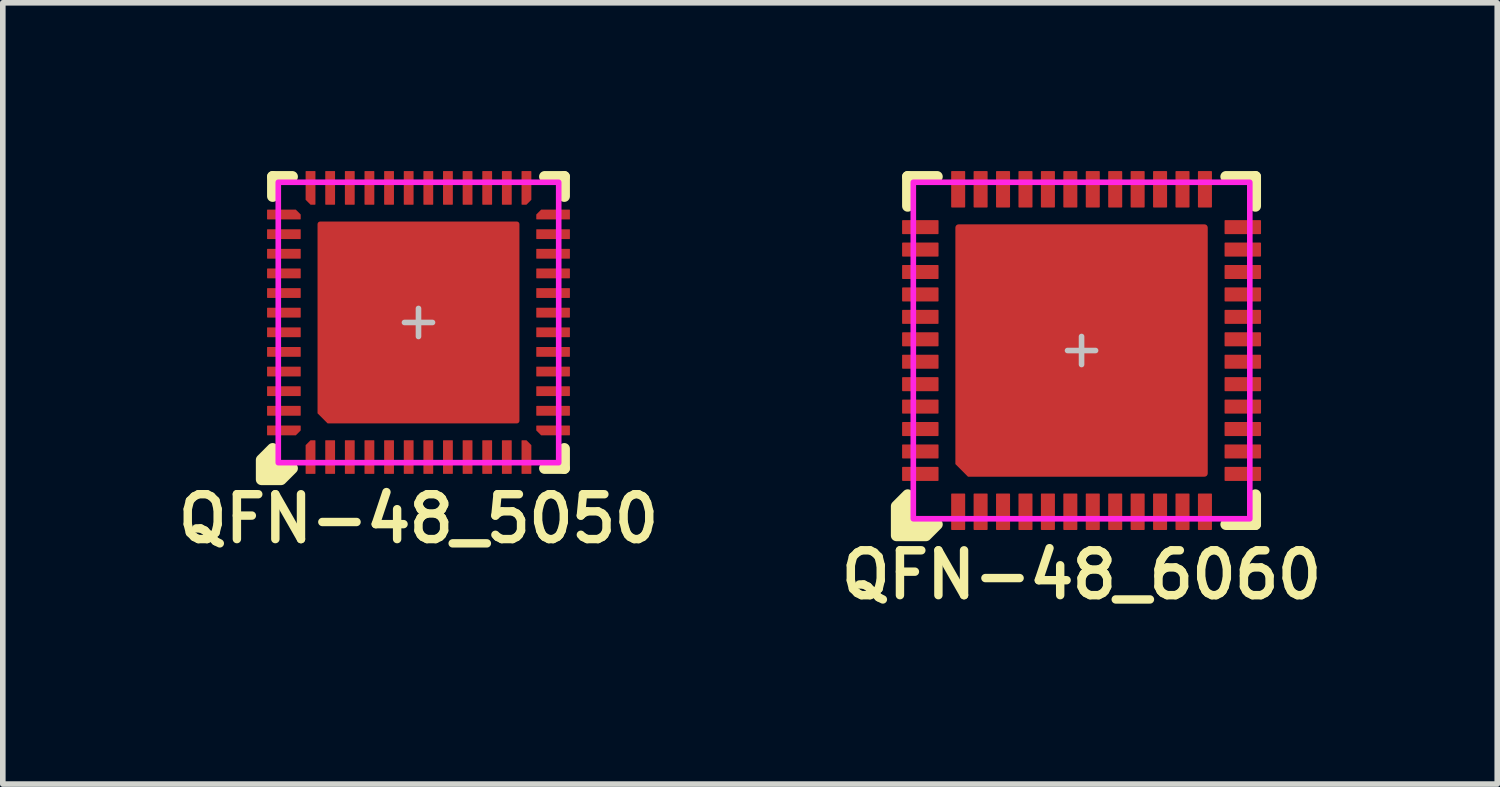
<source format=kicad_pcb>
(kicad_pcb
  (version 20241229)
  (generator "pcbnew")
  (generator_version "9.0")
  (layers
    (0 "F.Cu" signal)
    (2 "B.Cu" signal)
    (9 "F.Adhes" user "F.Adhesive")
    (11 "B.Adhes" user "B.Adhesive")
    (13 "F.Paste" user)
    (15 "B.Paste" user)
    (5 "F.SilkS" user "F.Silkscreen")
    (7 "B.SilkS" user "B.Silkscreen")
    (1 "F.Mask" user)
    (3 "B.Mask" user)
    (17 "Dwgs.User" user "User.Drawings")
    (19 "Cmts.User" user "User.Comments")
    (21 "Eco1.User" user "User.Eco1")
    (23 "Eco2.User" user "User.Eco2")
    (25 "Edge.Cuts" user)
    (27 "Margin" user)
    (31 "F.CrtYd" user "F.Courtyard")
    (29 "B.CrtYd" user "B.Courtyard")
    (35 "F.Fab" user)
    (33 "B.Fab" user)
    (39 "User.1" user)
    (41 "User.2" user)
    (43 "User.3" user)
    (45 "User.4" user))
  (footprint "QFN-48_5050"
    (layer "F.Cu")
    (at 4.412 2.7)
    (property "Reference" "QFN-48_5050" (at 0 3.5 0) (unlocked yes) (layer "F.SilkS") (effects (font (size 0.8 0.8) (thickness 0.15))))
    (attr smd)
    (fp_line (start -2.6 -2.6) (end -2.6 -2.25) (stroke (width 0.2) (type solid)) (layer "F.SilkS"))
    (fp_line (start -2.25 -2.6) (end -2.6 -2.6) (stroke (width 0.2) (type solid)) (layer "F.SilkS"))
    (fp_line (start 2.25 2.6) (end 2.6 2.6) (stroke (width 0.2) (type solid)) (layer "F.SilkS"))
    (fp_line (start 2.6 -2.6) (end 2.25 -2.6) (stroke (width 0.2) (type solid)) (layer "F.SilkS"))
    (fp_line (start 2.6 -2.25) (end 2.6 -2.6) (stroke (width 0.2) (type solid)) (layer "F.SilkS"))
    (fp_line (start 2.6 2.6) (end 2.6 2.25) (stroke (width 0.2) (type solid)) (layer "F.SilkS"))
    (fp_poly (pts (xy -2.6 2.6) (xy -2.25 2.6) (xy -2.45 2.8) (xy -2.8 2.8) (xy -2.8 2.45) (xy -2.6 2.25)) (stroke (width 0.2) (type solid)) (fill yes) (layer "F.SilkS"))
    (fp_rect (start -1.65 -1.65) (end -0.75 -0.75) (stroke (width 0) (type solid)) (fill yes) (layer "F.Paste"))
    (fp_rect (start -1.65 -0.45) (end -0.75 0.45) (stroke (width 0) (type solid)) (fill yes) (layer "F.Paste"))
    (fp_rect (start -0.45 -1.65) (end 0.45 -0.75) (stroke (width 0) (type solid)) (fill yes) (layer "F.Paste"))
    (fp_rect (start -0.45 -0.45) (end 0.45 0.45) (stroke (width 0) (type solid)) (fill yes) (layer "F.Paste"))
    (fp_rect (start -0.45 0.75) (end 0.45 1.65) (stroke (width 0) (type solid)) (fill yes) (layer "F.Paste"))
    (fp_rect (start 0.75 -1.65) (end 1.65 -0.75) (stroke (width 0) (type solid)) (fill yes) (layer "F.Paste"))
    (fp_rect (start 0.75 -0.45) (end 1.65 0.45) (stroke (width 0) (type solid)) (fill yes) (layer "F.Paste"))
    (fp_rect (start 0.75 0.75) (end 1.65 1.65) (stroke (width 0) (type solid)) (fill yes) (layer "F.Paste"))
    (fp_poly (pts (xy -0.75 1.65) (xy -1.55 1.65) (xy -1.65 1.55) (xy -1.65 0.75) (xy -0.75 0.75)) (stroke (width 0) (type solid)) (fill yes) (layer "F.Paste"))
    (fp_line (start -0.25 0) (end 0.25 0) (stroke (width 0.1) (type solid)) (layer "Dwgs.User"))
    (fp_line (start 0 -0.25) (end 0 0.25) (stroke (width 0.1) (type solid)) (layer "Dwgs.User"))
    (fp_rect (start -2.5 -2.5) (end 2.5 2.5) (stroke (width 0.1) (type solid)) (fill no) (layer "F.CrtYd"))
    (pad "1" smd roundrect (at -1.925 2.4 90) (size 0.6 0.175) (layers "F.Cu" "F.Mask" "F.Paste") (roundrect_rratio 0.05) (chamfer_ratio 0.5) (chamfer top_right))
    (pad "2" smd roundrect (at -1.575 2.4 90) (size 0.6 0.175) (layers "F.Cu" "F.Mask" "F.Paste") (roundrect_rratio 0.05))
    (pad "3" smd roundrect (at -1.225 2.4 90) (size 0.6 0.175) (layers "F.Cu" "F.Mask" "F.Paste") (roundrect_rratio 0.05))
    (pad "4" smd roundrect (at -0.875 2.4 90) (size 0.6 0.175) (layers "F.Cu" "F.Mask" "F.Paste") (roundrect_rratio 0.05))
    (pad "5" smd roundrect (at -0.525 2.4 90) (size 0.6 0.175) (layers "F.Cu" "F.Mask" "F.Paste") (roundrect_rratio 0.05))
    (pad "6" smd roundrect (at -0.175 2.4 90) (size 0.6 0.175) (layers "F.Cu" "F.Mask" "F.Paste") (roundrect_rratio 0.05))
    (pad "7" smd roundrect (at 0.175 2.4 90) (size 0.6 0.175) (layers "F.Cu" "F.Mask" "F.Paste") (roundrect_rratio 0.05))
    (pad "8" smd roundrect (at 0.525 2.4 90) (size 0.6 0.175) (layers "F.Cu" "F.Mask" "F.Paste") (roundrect_rratio 0.05))
    (pad "9" smd roundrect (at 0.875 2.4 90) (size 0.6 0.175) (layers "F.Cu" "F.Mask" "F.Paste") (roundrect_rratio 0.05))
    (pad "10" smd roundrect (at 1.225 2.4 90) (size 0.6 0.175) (layers "F.Cu" "F.Mask" "F.Paste") (roundrect_rratio 0.05))
    (pad "11" smd roundrect (at 1.575 2.4 90) (size 0.6 0.175) (layers "F.Cu" "F.Mask" "F.Paste") (roundrect_rratio 0.05))
    (pad "12" smd roundrect (at 1.925 2.4 90) (size 0.6 0.175) (layers "F.Cu" "F.Mask" "F.Paste") (roundrect_rratio 0.05) (chamfer_ratio 0.5) (chamfer bottom_right))
    (pad "13" smd roundrect (at 2.4 1.925) (size 0.6 0.175) (layers "F.Cu" "F.Mask" "F.Paste") (roundrect_rratio 0.05) (chamfer_ratio 0.5) (chamfer bottom_left))
    (pad "14" smd roundrect (at 2.4 1.575) (size 0.6 0.175) (layers "F.Cu" "F.Mask" "F.Paste") (roundrect_rratio 0.05))
    (pad "15" smd roundrect (at 2.4 1.225) (size 0.6 0.175) (layers "F.Cu" "F.Mask" "F.Paste") (roundrect_rratio 0.05))
    (pad "16" smd roundrect (at 2.4 0.875) (size 0.6 0.175) (layers "F.Cu" "F.Mask" "F.Paste") (roundrect_rratio 0.05))
    (pad "17" smd roundrect (at 2.4 0.525) (size 0.6 0.175) (layers "F.Cu" "F.Mask" "F.Paste") (roundrect_rratio 0.05))
    (pad "18" smd roundrect (at 2.4 0.175) (size 0.6 0.175) (layers "F.Cu" "F.Mask" "F.Paste") (roundrect_rratio 0.05))
    (pad "19" smd roundrect (at 2.4 -0.175) (size 0.6 0.175) (layers "F.Cu" "F.Mask" "F.Paste") (roundrect_rratio 0.05))
    (pad "20" smd roundrect (at 2.4 -0.525) (size 0.6 0.175) (layers "F.Cu" "F.Mask" "F.Paste") (roundrect_rratio 0.05))
    (pad "21" smd roundrect (at 2.4 -0.875) (size 0.6 0.175) (layers "F.Cu" "F.Mask" "F.Paste") (roundrect_rratio 0.05))
    (pad "22" smd roundrect (at 2.4 -1.225) (size 0.6 0.175) (layers "F.Cu" "F.Mask" "F.Paste") (roundrect_rratio 0.05))
    (pad "23" smd roundrect (at 2.4 -1.575) (size 0.6 0.175) (layers "F.Cu" "F.Mask" "F.Paste") (roundrect_rratio 0.05))
    (pad "24" smd roundrect (at 2.4 -1.925) (size 0.6 0.175) (layers "F.Cu" "F.Mask" "F.Paste") (roundrect_rratio 0.05) (chamfer_ratio 0.5) (chamfer top_left))
    (pad "25" smd roundrect (at 1.925 -2.4 90) (size 0.6 0.175) (layers "F.Cu" "F.Mask" "F.Paste") (roundrect_rratio 0.05) (chamfer_ratio 0.5) (chamfer bottom_left))
    (pad "26" smd roundrect (at 1.575 -2.4 90) (size 0.6 0.175) (layers "F.Cu" "F.Mask" "F.Paste") (roundrect_rratio 0.05))
    (pad "27" smd roundrect (at 1.225 -2.4 90) (size 0.6 0.175) (layers "F.Cu" "F.Mask" "F.Paste") (roundrect_rratio 0.05))
    (pad "28" smd roundrect (at 0.875 -2.4 90) (size 0.6 0.175) (layers "F.Cu" "F.Mask" "F.Paste") (roundrect_rratio 0.05))
    (pad "29" smd roundrect (at 0.525 -2.4 90) (size 0.6 0.175) (layers "F.Cu" "F.Mask" "F.Paste") (roundrect_rratio 0.05))
    (pad "30" smd roundrect (at 0.175 -2.4 90) (size 0.6 0.175) (layers "F.Cu" "F.Mask" "F.Paste") (roundrect_rratio 0.05))
    (pad "31" smd roundrect (at -0.175 -2.4 90) (size 0.6 0.175) (layers "F.Cu" "F.Mask" "F.Paste") (roundrect_rratio 0.05))
    (pad "32" smd roundrect (at -0.525 -2.4 90) (size 0.6 0.175) (layers "F.Cu" "F.Mask" "F.Paste") (roundrect_rratio 0.05))
    (pad "33" smd roundrect (at -0.875 -2.4 90) (size 0.6 0.175) (layers "F.Cu" "F.Mask" "F.Paste") (roundrect_rratio 0.05))
    (pad "34" smd roundrect (at -1.225 -2.4 90) (size 0.6 0.175) (layers "F.Cu" "F.Mask" "F.Paste") (roundrect_rratio 0.05))
    (pad "35" smd roundrect (at -1.575 -2.4 90) (size 0.6 0.175) (layers "F.Cu" "F.Mask" "F.Paste") (roundrect_rratio 0.05))
    (pad "36" smd roundrect (at -1.925 -2.4 90) (size 0.6 0.175) (layers "F.Cu" "F.Mask" "F.Paste") (roundrect_rratio 0.05) (chamfer_ratio 0.5) (chamfer top_left))
    (pad "37" smd roundrect (at -2.4 -1.925) (size 0.6 0.175) (layers "F.Cu" "F.Mask" "F.Paste") (roundrect_rratio 0.05) (chamfer_ratio 0.5) (chamfer top_right))
    (pad "38" smd roundrect (at -2.4 -1.575) (size 0.6 0.175) (layers "F.Cu" "F.Mask" "F.Paste") (roundrect_rratio 0.05))
    (pad "39" smd roundrect (at -2.4 -1.225) (size 0.6 0.175) (layers "F.Cu" "F.Mask" "F.Paste") (roundrect_rratio 0.05))
    (pad "40" smd roundrect (at -2.4 -0.875) (size 0.6 0.175) (layers "F.Cu" "F.Mask" "F.Paste") (roundrect_rratio 0.05))
    (pad "41" smd roundrect (at -2.4 -0.525) (size 0.6 0.175) (layers "F.Cu" "F.Mask" "F.Paste") (roundrect_rratio 0.05))
    (pad "42" smd roundrect (at -2.4 -0.175) (size 0.6 0.175) (layers "F.Cu" "F.Mask" "F.Paste") (roundrect_rratio 0.05))
    (pad "43" smd roundrect (at -2.4 0.175) (size 0.6 0.175) (layers "F.Cu" "F.Mask" "F.Paste") (roundrect_rratio 0.05))
    (pad "44" smd roundrect (at -2.4 0.525) (size 0.6 0.175) (layers "F.Cu" "F.Mask" "F.Paste") (roundrect_rratio 0.05))
    (pad "45" smd roundrect (at -2.4 0.875) (size 0.6 0.175) (layers "F.Cu" "F.Mask" "F.Paste") (roundrect_rratio 0.05))
    (pad "46" smd roundrect (at -2.4 1.225) (size 0.6 0.175) (layers "F.Cu" "F.Mask" "F.Paste") (roundrect_rratio 0.05))
    (pad "47" smd roundrect (at -2.4 1.575) (size 0.6 0.175) (layers "F.Cu" "F.Mask" "F.Paste") (roundrect_rratio 0.05))
    (pad "48" smd roundrect (at -2.4 1.925) (size 0.6 0.175) (layers "F.Cu" "F.Mask" "F.Paste") (roundrect_rratio 0.05) (chamfer_ratio 0.5) (chamfer bottom_right))
    (pad "EP" smd roundrect (at 0 0) (size 3.6 3.6) (layers "F.Cu" "F.Mask") (roundrect_rratio 0.013) (chamfer_ratio 0.05) (chamfer bottom_left)))
  (footprint "QFN-48_6060"
    (layer "F.Cu")
    (at 16.235 3.2)
    (property "Reference" "QFN-48_6060" (at 0 4 0) (unlocked yes) (layer "F.SilkS") (effects (font (size 0.8 0.8) (thickness 0.15))))
    (attr smd)
    (fp_line (start -3.1 -3.1) (end -3.1 -2.575) (stroke (width 0.2) (type solid)) (layer "F.SilkS"))
    (fp_line (start -2.575 -3.1) (end -3.1 -3.1) (stroke (width 0.2) (type solid)) (layer "F.SilkS"))
    (fp_line (start 2.575 3.1) (end 3.1 3.1) (stroke (width 0.2) (type solid)) (layer "F.SilkS"))
    (fp_line (start 3.1 -3.1) (end 2.575 -3.1) (stroke (width 0.2) (type solid)) (layer "F.SilkS"))
    (fp_line (start 3.1 -2.575) (end 3.1 -3.1) (stroke (width 0.2) (type solid)) (layer "F.SilkS"))
    (fp_line (start 3.1 3.1) (end 3.1 2.575) (stroke (width 0.2) (type solid)) (layer "F.SilkS"))
    (fp_poly (pts (xy -3.1 3.1) (xy -2.575 3.1) (xy -2.775 3.3) (xy -3.3 3.3) (xy -3.3 2.775) (xy -3.1 2.575)) (stroke (width 0.2) (type solid)) (fill yes) (layer "F.SilkS"))
    (fp_rect (start -2.1 -2.1) (end -0.9 -0.9) (stroke (width 0) (type solid)) (fill yes) (layer "F.Paste"))
    (fp_rect (start -2.1 -0.6) (end -0.9 0.6) (stroke (width 0) (type solid)) (fill yes) (layer "F.Paste"))
    (fp_rect (start -0.6 -2.1) (end 0.6 -0.9) (stroke (width 0) (type solid)) (fill yes) (layer "F.Paste"))
    (fp_rect (start -0.6 -0.6) (end 0.6 0.6) (stroke (width 0) (type solid)) (fill yes) (layer "F.Paste"))
    (fp_rect (start -0.6 0.9) (end 0.6 2.1) (stroke (width 0) (type solid)) (fill yes) (layer "F.Paste"))
    (fp_rect (start 0.9 -2.1) (end 2.1 -0.9) (stroke (width 0) (type solid)) (fill yes) (layer "F.Paste"))
    (fp_rect (start 0.9 -0.6) (end 2.1 0.6) (stroke (width 0) (type solid)) (fill yes) (layer "F.Paste"))
    (fp_rect (start 0.9 0.9) (end 2.1 2.1) (stroke (width 0) (type solid)) (fill yes) (layer "F.Paste"))
    (fp_poly (pts (xy -0.9 2.1) (xy -1.95 2.1) (xy -2.1 1.95) (xy -2.1 0.9) (xy -0.9 0.9)) (stroke (width 0) (type solid)) (fill yes) (layer "F.Paste"))
    (fp_line (start -0.25 0) (end 0.25 0) (stroke (width 0.1) (type solid)) (layer "Dwgs.User"))
    (fp_line (start 0 -0.25) (end 0 0.25) (stroke (width 0.1) (type solid)) (layer "Dwgs.User"))
    (fp_rect (start -3 -3) (end 3 3) (stroke (width 0.1) (type solid)) (fill no) (layer "F.CrtYd"))
    (pad "1" smd roundrect (at -2.2 2.875 90) (size 0.65 0.25) (layers "F.Cu" "F.Mask" "F.Paste") (roundrect_rratio 0.05))
    (pad "2" smd roundrect (at -1.8 2.875 90) (size 0.65 0.25) (layers "F.Cu" "F.Mask" "F.Paste") (roundrect_rratio 0.05))
    (pad "3" smd roundrect (at -1.4 2.875 90) (size 0.65 0.25) (layers "F.Cu" "F.Mask" "F.Paste") (roundrect_rratio 0.05))
    (pad "4" smd roundrect (at -1 2.875 90) (size 0.65 0.25) (layers "F.Cu" "F.Mask" "F.Paste") (roundrect_rratio 0.05))
    (pad "5" smd roundrect (at -0.6 2.875 90) (size 0.65 0.25) (layers "F.Cu" "F.Mask" "F.Paste") (roundrect_rratio 0.05))
    (pad "6" smd roundrect (at -0.2 2.875 90) (size 0.65 0.25) (layers "F.Cu" "F.Mask" "F.Paste") (roundrect_rratio 0.05))
    (pad "7" smd roundrect (at 0.2 2.875 90) (size 0.65 0.25) (layers "F.Cu" "F.Mask" "F.Paste") (roundrect_rratio 0.05))
    (pad "8" smd roundrect (at 0.6 2.875 90) (size 0.65 0.25) (layers "F.Cu" "F.Mask" "F.Paste") (roundrect_rratio 0.05))
    (pad "9" smd roundrect (at 1 2.875 90) (size 0.65 0.25) (layers "F.Cu" "F.Mask" "F.Paste") (roundrect_rratio 0.05))
    (pad "10" smd roundrect (at 1.4 2.875 90) (size 0.65 0.25) (layers "F.Cu" "F.Mask" "F.Paste") (roundrect_rratio 0.05))
    (pad "11" smd roundrect (at 1.8 2.875 90) (size 0.65 0.25) (layers "F.Cu" "F.Mask" "F.Paste") (roundrect_rratio 0.05))
    (pad "12" smd roundrect (at 2.2 2.875 90) (size 0.65 0.25) (layers "F.Cu" "F.Mask" "F.Paste") (roundrect_rratio 0.05))
    (pad "13" smd roundrect (at 2.875 2.2) (size 0.65 0.25) (layers "F.Cu" "F.Mask" "F.Paste") (roundrect_rratio 0.05))
    (pad "14" smd roundrect (at 2.875 1.8) (size 0.65 0.25) (layers "F.Cu" "F.Mask" "F.Paste") (roundrect_rratio 0.05))
    (pad "15" smd roundrect (at 2.875 1.4) (size 0.65 0.25) (layers "F.Cu" "F.Mask" "F.Paste") (roundrect_rratio 0.05))
    (pad "16" smd roundrect (at 2.875 1) (size 0.65 0.25) (layers "F.Cu" "F.Mask" "F.Paste") (roundrect_rratio 0.05))
    (pad "17" smd roundrect (at 2.875 0.6) (size 0.65 0.25) (layers "F.Cu" "F.Mask" "F.Paste") (roundrect_rratio 0.05))
    (pad "18" smd roundrect (at 2.875 0.2) (size 0.65 0.25) (layers "F.Cu" "F.Mask" "F.Paste") (roundrect_rratio 0.05))
    (pad "19" smd roundrect (at 2.875 -0.2) (size 0.65 0.25) (layers "F.Cu" "F.Mask" "F.Paste") (roundrect_rratio 0.05))
    (pad "20" smd roundrect (at 2.875 -0.6) (size 0.65 0.25) (layers "F.Cu" "F.Mask" "F.Paste") (roundrect_rratio 0.05))
    (pad "21" smd roundrect (at 2.875 -1) (size 0.65 0.25) (layers "F.Cu" "F.Mask" "F.Paste") (roundrect_rratio 0.05))
    (pad "22" smd roundrect (at 2.875 -1.4) (size 0.65 0.25) (layers "F.Cu" "F.Mask" "F.Paste") (roundrect_rratio 0.05))
    (pad "23" smd roundrect (at 2.875 -1.8) (size 0.65 0.25) (layers "F.Cu" "F.Mask" "F.Paste") (roundrect_rratio 0.05))
    (pad "24" smd roundrect (at 2.875 -2.2) (size 0.65 0.25) (layers "F.Cu" "F.Mask" "F.Paste") (roundrect_rratio 0.05))
    (pad "25" smd roundrect (at 2.2 -2.875 90) (size 0.65 0.25) (layers "F.Cu" "F.Mask" "F.Paste") (roundrect_rratio 0.05))
    (pad "26" smd roundrect (at 1.8 -2.875 90) (size 0.65 0.25) (layers "F.Cu" "F.Mask" "F.Paste") (roundrect_rratio 0.05))
    (pad "27" smd roundrect (at 1.4 -2.875 90) (size 0.65 0.25) (layers "F.Cu" "F.Mask" "F.Paste") (roundrect_rratio 0.05))
    (pad "28" smd roundrect (at 1 -2.875 90) (size 0.65 0.25) (layers "F.Cu" "F.Mask" "F.Paste") (roundrect_rratio 0.05))
    (pad "29" smd roundrect (at 0.6 -2.875 90) (size 0.65 0.25) (layers "F.Cu" "F.Mask" "F.Paste") (roundrect_rratio 0.05))
    (pad "30" smd roundrect (at 0.2 -2.875 90) (size 0.65 0.25) (layers "F.Cu" "F.Mask" "F.Paste") (roundrect_rratio 0.05))
    (pad "31" smd roundrect (at -0.2 -2.875 90) (size 0.65 0.25) (layers "F.Cu" "F.Mask" "F.Paste") (roundrect_rratio 0.05))
    (pad "32" smd roundrect (at -0.6 -2.875 90) (size 0.65 0.25) (layers "F.Cu" "F.Mask" "F.Paste") (roundrect_rratio 0.05))
    (pad "33" smd roundrect (at -1 -2.875 90) (size 0.65 0.25) (layers "F.Cu" "F.Mask" "F.Paste") (roundrect_rratio 0.05))
    (pad "34" smd roundrect (at -1.4 -2.875 90) (size 0.65 0.25) (layers "F.Cu" "F.Mask" "F.Paste") (roundrect_rratio 0.05))
    (pad "35" smd roundrect (at -1.8 -2.875 90) (size 0.65 0.25) (layers "F.Cu" "F.Mask" "F.Paste") (roundrect_rratio 0.05))
    (pad "36" smd roundrect (at -2.2 -2.875 90) (size 0.65 0.25) (layers "F.Cu" "F.Mask" "F.Paste") (roundrect_rratio 0.05))
    (pad "37" smd roundrect (at -2.875 -2.2) (size 0.65 0.25) (layers "F.Cu" "F.Mask" "F.Paste") (roundrect_rratio 0.05))
    (pad "38" smd roundrect (at -2.875 -1.8) (size 0.65 0.25) (layers "F.Cu" "F.Mask" "F.Paste") (roundrect_rratio 0.05))
    (pad "39" smd roundrect (at -2.875 -1.4) (size 0.65 0.25) (layers "F.Cu" "F.Mask" "F.Paste") (roundrect_rratio 0.05))
    (pad "40" smd roundrect (at -2.875 -1) (size 0.65 0.25) (layers "F.Cu" "F.Mask" "F.Paste") (roundrect_rratio 0.05))
    (pad "41" smd roundrect (at -2.875 -0.6) (size 0.65 0.25) (layers "F.Cu" "F.Mask" "F.Paste") (roundrect_rratio 0.05))
    (pad "42" smd roundrect (at -2.875 -0.2) (size 0.65 0.25) (layers "F.Cu" "F.Mask" "F.Paste") (roundrect_rratio 0.05))
    (pad "43" smd roundrect (at -2.875 0.2) (size 0.65 0.25) (layers "F.Cu" "F.Mask" "F.Paste") (roundrect_rratio 0.05))
    (pad "44" smd roundrect (at -2.875 0.6) (size 0.65 0.25) (layers "F.Cu" "F.Mask" "F.Paste") (roundrect_rratio 0.05))
    (pad "45" smd roundrect (at -2.875 1) (size 0.65 0.25) (layers "F.Cu" "F.Mask" "F.Paste") (roundrect_rratio 0.05))
    (pad "46" smd roundrect (at -2.875 1.4) (size 0.65 0.25) (layers "F.Cu" "F.Mask" "F.Paste") (roundrect_rratio 0.05))
    (pad "47" smd roundrect (at -2.875 1.8) (size 0.65 0.25) (layers "F.Cu" "F.Mask" "F.Paste") (roundrect_rratio 0.05))
    (pad "48" smd roundrect (at -2.875 2.2) (size 0.65 0.25) (layers "F.Cu" "F.Mask" "F.Paste") (roundrect_rratio 0.05))
    (pad "EP" smd roundrect (at 0 0) (size 4.5 4.5) (layers "F.Cu" "F.Mask") (roundrect_rratio 0.013) (chamfer_ratio 0.05) (chamfer bottom_left)))
  (gr_rect
    (start -3 -3)
    (end 23.647 10.931)
    (stroke (width 0.1) (type default))
    (fill no)
    (layer "Edge.Cuts")))
</source>
